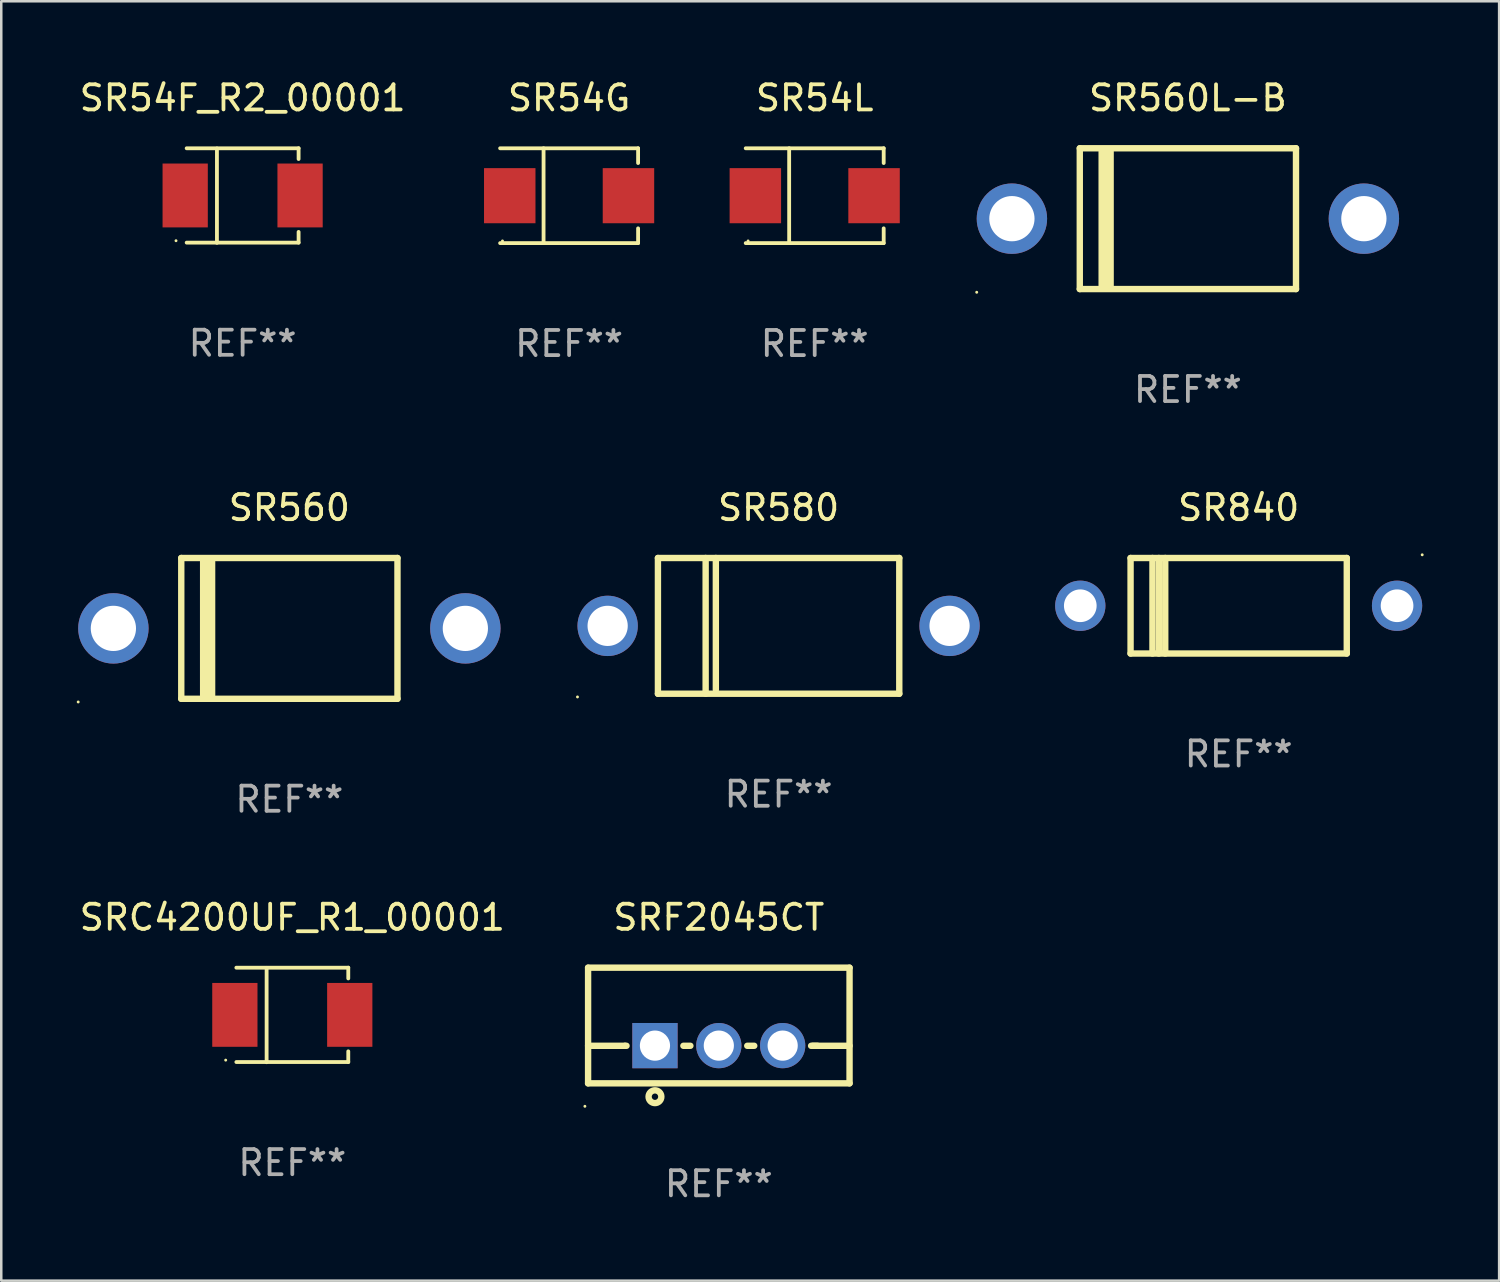
<source format=kicad_pcb>
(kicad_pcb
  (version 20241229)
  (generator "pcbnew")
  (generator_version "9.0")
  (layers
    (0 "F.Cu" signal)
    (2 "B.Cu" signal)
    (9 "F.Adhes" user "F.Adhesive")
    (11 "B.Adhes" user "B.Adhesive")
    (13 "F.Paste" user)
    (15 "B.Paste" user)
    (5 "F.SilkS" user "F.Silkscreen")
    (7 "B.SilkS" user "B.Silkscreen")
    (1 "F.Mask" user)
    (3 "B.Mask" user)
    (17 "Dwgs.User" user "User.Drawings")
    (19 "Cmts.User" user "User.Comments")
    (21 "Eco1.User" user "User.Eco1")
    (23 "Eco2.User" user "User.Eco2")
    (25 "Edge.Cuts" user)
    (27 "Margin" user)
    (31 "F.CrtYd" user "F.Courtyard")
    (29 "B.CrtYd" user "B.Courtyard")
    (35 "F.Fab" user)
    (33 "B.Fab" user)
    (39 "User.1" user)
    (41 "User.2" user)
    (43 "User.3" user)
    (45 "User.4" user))
  (footprint "SR560L-B"
    (layer "F.Cu")
    (at 44.2 5.648)
    (property "Reference" "SR560L-B" (at 0 -4.8 0) (layer "F.SilkS") (effects (font (size 1 1) (thickness 0.15))))
    (attr through_hole)
    (fp_line (start -4.3 -2.8) (end -4.3 2.8) (stroke (width 0.254) (type solid)) (layer "F.SilkS"))
    (fp_line (start -4.3 -2.8) (end 4.3 -2.8) (stroke (width 0.254) (type solid)) (layer "F.SilkS"))
    (fp_line (start -4.3 2.8) (end 4.3 2.8) (stroke (width 0.254) (type solid)) (layer "F.SilkS"))
    (fp_line (start -3.442 2.667) (end -3.442 -2.667) (stroke (width 0.229) (type solid)) (layer "F.SilkS"))
    (fp_line (start -3.315 2.667) (end -3.315 -2.667) (stroke (width 0.229) (type solid)) (layer "F.SilkS"))
    (fp_line (start -3.188 2.667) (end -3.188 -2.667) (stroke (width 0.229) (type solid)) (layer "F.SilkS"))
    (fp_line (start -3.061 2.667) (end -3.061 -2.667) (stroke (width 0.229) (type solid)) (layer "F.SilkS"))
    (fp_line (start 4.3 -2.8) (end 4.3 2.8) (stroke (width 0.254) (type solid)) (layer "F.SilkS"))
    (fp_circle (center -8.4 2.927) (end -8.37 2.927) (stroke (width 0.06) (type solid)) (fill no) (layer "F.SilkS"))
    (fp_text user "REF**" (at 0 6.8 0) (layer "F.Fab") (effects (font (size 1 1) (thickness 0.15))))
    (pad "1" thru_hole circle (at -7 0) (size 2.8 2.8) (drill 1.8) (layers "*.Cu" "*.Mask"))
    (pad "2" thru_hole circle (at 7 0) (size 2.8 2.8) (drill 1.8) (layers "*.Cu" "*.Mask")))
  (footprint "SR840"
    (layer "F.Cu")
    (at 46.22 21.045)
    (property "Reference" "SR840" (at 0 -3.9 0) (layer "F.SilkS") (effects (font (size 1 1) (thickness 0.15))))
    (attr through_hole)
    (fp_line (start -4.3 -1.9) (end 4.3 -1.9) (stroke (width 0.254) (type solid)) (layer "F.SilkS"))
    (fp_line (start -4.3 1.9) (end -4.3 -1.9) (stroke (width 0.254) (type solid)) (layer "F.SilkS"))
    (fp_line (start -3.429 1.9) (end -3.429 -1.9) (stroke (width 0.254) (type solid)) (layer "F.SilkS"))
    (fp_line (start -3.175 1.9) (end -3.175 -1.9) (stroke (width 0.254) (type solid)) (layer "F.SilkS"))
    (fp_line (start -2.921 1.9) (end -2.921 -1.9) (stroke (width 0.254) (type solid)) (layer "F.SilkS"))
    (fp_line (start 4.3 -1.9) (end 4.3 1.9) (stroke (width 0.254) (type solid)) (layer "F.SilkS"))
    (fp_line (start 4.3 1.9) (end -4.3 1.9) (stroke (width 0.254) (type solid)) (layer "F.SilkS"))
    (fp_circle (center 7.3 -2.027) (end 7.33 -2.027) (stroke (width 0.06) (type solid)) (fill no) (layer "F.SilkS"))
    (fp_text user "REF**" (at 0 5.9 0) (layer "F.Fab") (effects (font (size 1 1) (thickness 0.15))))
    (pad "1" thru_hole circle (at 6.3 0) (size 2 2) (drill 1.3) (layers "*.Cu" "*.Mask"))
    (pad "2" thru_hole circle (at -6.3 0) (size 2 2) (drill 1.3) (layers "*.Cu" "*.Mask")))
  (footprint "SR560"
    (layer "F.Cu")
    (at 8.46 21.945)
    (property "Reference" "SR560" (at 0 -4.8 0) (layer "F.SilkS") (effects (font (size 1 1) (thickness 0.15))))
    (attr through_hole)
    (fp_line (start -4.3 -2.8) (end -4.3 2.8) (stroke (width 0.254) (type solid)) (layer "F.SilkS"))
    (fp_line (start -4.3 -2.8) (end 4.3 -2.8) (stroke (width 0.254) (type solid)) (layer "F.SilkS"))
    (fp_line (start -4.3 2.8) (end 4.3 2.8) (stroke (width 0.254) (type solid)) (layer "F.SilkS"))
    (fp_line (start -3.442 2.667) (end -3.442 -2.667) (stroke (width 0.229) (type solid)) (layer "F.SilkS"))
    (fp_line (start -3.315 2.667) (end -3.315 -2.667) (stroke (width 0.229) (type solid)) (layer "F.SilkS"))
    (fp_line (start -3.188 2.667) (end -3.188 -2.667) (stroke (width 0.229) (type solid)) (layer "F.SilkS"))
    (fp_line (start -3.061 2.667) (end -3.061 -2.667) (stroke (width 0.229) (type solid)) (layer "F.SilkS"))
    (fp_line (start 4.3 -2.8) (end 4.3 2.8) (stroke (width 0.254) (type solid)) (layer "F.SilkS"))
    (fp_circle (center -8.4 2.927) (end -8.37 2.927) (stroke (width 0.06) (type solid)) (fill no) (layer "F.SilkS"))
    (fp_text user "REF**" (at 0 6.8 0) (layer "F.Fab") (effects (font (size 1 1) (thickness 0.15))))
    (pad "1" thru_hole circle (at -7 0) (size 2.8 2.8) (drill 1.8) (layers "*.Cu" "*.Mask"))
    (pad "2" thru_hole circle (at 7 0) (size 2.8 2.8) (drill 1.8) (layers "*.Cu" "*.Mask")))
  (footprint "SRF2045CT"
    (layer "F.Cu")
    (at 25.542 37.741)
    (property "Reference" "SRF2045CT" (at 0 -4.3 0) (layer "F.SilkS") (effects (font (size 1 1) (thickness 0.15))))
    (attr through_hole)
    (fp_line (start -5.2 -2.3) (end -5.2 2.3) (stroke (width 0.254) (type solid)) (layer "F.SilkS"))
    (fp_line (start -5.2 -2.3) (end 5.2 -2.3) (stroke (width 0.254) (type solid)) (layer "F.SilkS"))
    (fp_line (start -5.2 0.807) (end -3.731 0.807) (stroke (width 0.254) (type solid)) (layer "F.SilkS"))
    (fp_line (start -5.2 2.3) (end 5.2 2.3) (stroke (width 0.254) (type solid)) (layer "F.SilkS"))
    (fp_line (start -3.731 0.807) (end -3.671 0.807) (stroke (width 0.254) (type solid)) (layer "F.SilkS"))
    (fp_line (start -1.409 0.807) (end -1.131 0.807) (stroke (width 0.254) (type solid)) (layer "F.SilkS"))
    (fp_line (start 1.131 0.807) (end 1.409 0.807) (stroke (width 0.254) (type solid)) (layer "F.SilkS"))
    (fp_line (start 3.671 0.807) (end 3.926 0.807) (stroke (width 0.254) (type solid)) (layer "F.SilkS"))
    (fp_line (start 3.731 0.807) (end 5.2 0.807) (stroke (width 0.254) (type solid)) (layer "F.SilkS"))
    (fp_line (start 5.2 -2.3) (end 5.2 2.3) (stroke (width 0.254) (type solid)) (layer "F.SilkS"))
    (fp_circle (center -5.327 3.213) (end -5.297 3.213) (stroke (width 0.06) (type solid)) (fill no) (layer "F.SilkS"))
    (fp_circle (center -2.54 2.832) (end -2.286 2.832) (stroke (width 0.254) (type solid)) (fill no) (layer "F.SilkS"))
    (fp_text user "REF**" (at 0 6.3 0) (layer "F.Fab") (effects (font (size 1 1) (thickness 0.15))))
    (pad "1" thru_hole rect (at -2.54 0.8) (size 1.8 1.8) (drill 1.2) (layers "*.Cu" "*.Mask"))
    (pad "2" thru_hole circle (at 0 0.8) (size 1.8 1.8) (drill 1.2) (layers "*.Cu" "*.Mask"))
    (pad "3" thru_hole circle (at 2.54 0.8) (size 1.8 1.8) (drill 1.2) (layers "*.Cu" "*.Mask")))
  (footprint "SR580"
    (layer "F.Cu")
    (at 27.92 21.845)
    (property "Reference" "SR580" (at 0 -4.7 0) (layer "F.SilkS") (effects (font (size 1 1) (thickness 0.15))))
    (attr through_hole)
    (fp_line (start -4.8 -2.7) (end -4.8 2.7) (stroke (width 0.254) (type solid)) (layer "F.SilkS"))
    (fp_line (start -4.8 -2.7) (end 4.8 -2.7) (stroke (width 0.254) (type solid)) (layer "F.SilkS"))
    (fp_line (start -2.902 -2.7) (end -2.902 2.7) (stroke (width 0.254) (type solid)) (layer "F.SilkS"))
    (fp_line (start -2.496 -2.7) (end -2.496 2.54) (stroke (width 0.254) (type solid)) (layer "F.SilkS"))
    (fp_line (start 4.8 -2.7) (end 4.8 2.7) (stroke (width 0.254) (type solid)) (layer "F.SilkS"))
    (fp_line (start 4.8 2.7) (end -4.8 2.7) (stroke (width 0.254) (type solid)) (layer "F.SilkS"))
    (fp_circle (center -8 2.827) (end -7.97 2.827) (stroke (width 0.06) (type solid)) (fill no) (layer "F.SilkS"))
    (fp_text user "REF**" (at 0 6.7 0) (layer "F.Fab") (effects (font (size 1 1) (thickness 0.15))))
    (pad "1" thru_hole circle (at -6.8 0) (size 2.4 2.4) (drill 1.6) (layers "*.Cu" "*.Mask"))
    (pad "2" thru_hole circle (at 6.8 0) (size 2.4 2.4) (drill 1.6) (layers "*.Cu" "*.Mask")))
  (footprint "SRC4200UF_R1_00001"
    (layer "F.Cu")
    (at 8.577 37.321)
    (property "Reference" "SRC4200UF_R1_00001" (at 0 -3.88 0) (layer "F.SilkS") (effects (font (size 1 1) (thickness 0.15))))
    (attr through_hole)
    (fp_line (start -2.226 -1.88) (end 2.226 -1.88) (stroke (width 0.152) (type solid)) (layer "F.SilkS"))
    (fp_line (start -2.226 1.873) (end 2.226 1.873) (stroke (width 0.152) (type solid)) (layer "F.SilkS"))
    (fp_line (start -1.022 -1.873) (end -1.022 1.88) (stroke (width 0.152) (type solid)) (layer "F.SilkS"))
    (fp_line (start 2.226 -1.88) (end 2.226 -1.453) (stroke (width 0.152) (type solid)) (layer "F.SilkS"))
    (fp_line (start 2.226 1.447) (end 2.226 1.873) (stroke (width 0.152) (type solid)) (layer "F.SilkS"))
    (fp_circle (center -2.65 1.797) (end -2.62 1.797) (stroke (width 0.06) (type solid)) (fill no) (layer "F.SilkS"))
    (fp_text user "REF**" (at 0 5.88 0) (layer "F.Fab") (effects (font (size 1 1) (thickness 0.15))))
    (pad "1" smd rect (at -2.285 -0.003) (size 1.8 2.54) (layers "F.Cu" "F.Mask" "F.Paste"))
    (pad "2" smd rect (at 2.285 -0.003) (size 1.8 2.54) (layers "F.Cu" "F.Mask" "F.Paste")))
  (footprint "SR54G"
    (layer "F.Cu")
    (at 19.587 4.734)
    (property "Reference" "SR54G" (at 0 -3.886 0) (layer "F.SilkS") (effects (font (size 1 1) (thickness 0.15))))
    (attr through_hole)
    (fp_line (start -2.744 -1.886) (end 2.744 -1.886) (stroke (width 0.152) (type solid)) (layer "F.SilkS"))
    (fp_line (start -2.744 1.886) (end 2.744 1.886) (stroke (width 0.152) (type solid)) (layer "F.SilkS"))
    (fp_line (start -1.016 -1.886) (end -1.016 1.886) (stroke (width 0.152) (type solid)) (layer "F.SilkS"))
    (fp_line (start 2.744 -1.886) (end 2.744 -1.299) (stroke (width 0.152) (type solid)) (layer "F.SilkS"))
    (fp_line (start 2.744 1.886) (end 2.744 1.299) (stroke (width 0.152) (type solid)) (layer "F.SilkS"))
    (fp_circle (center -2.65 1.8) (end -2.62 1.8) (stroke (width 0.06) (type solid)) (fill no) (layer "F.SilkS"))
    (fp_text user "REF**" (at 0 5.886 0) (layer "F.Fab") (effects (font (size 1 1) (thickness 0.15))))
    (pad "1" smd rect (at -2.361 0) (size 2.047 2.192) (layers "F.Cu" "F.Mask" "F.Paste"))
    (pad "2" smd rect (at 2.361 0) (size 2.047 2.192) (layers "F.Cu" "F.Mask" "F.Paste")))
  (footprint "SR54L"
    (layer "F.Cu")
    (at 29.356 4.734)
    (property "Reference" "SR54L" (at 0 -3.886 0) (layer "F.SilkS") (effects (font (size 1 1) (thickness 0.15))))
    (attr through_hole)
    (fp_line (start -2.744 -1.886) (end 2.744 -1.886) (stroke (width 0.152) (type solid)) (layer "F.SilkS"))
    (fp_line (start -2.744 1.886) (end 2.744 1.886) (stroke (width 0.152) (type solid)) (layer "F.SilkS"))
    (fp_line (start -1.016 -1.886) (end -1.016 1.886) (stroke (width 0.152) (type solid)) (layer "F.SilkS"))
    (fp_line (start 2.744 -1.886) (end 2.744 -1.299) (stroke (width 0.152) (type solid)) (layer "F.SilkS"))
    (fp_line (start 2.744 1.886) (end 2.744 1.299) (stroke (width 0.152) (type solid)) (layer "F.SilkS"))
    (fp_circle (center -2.65 1.8) (end -2.62 1.8) (stroke (width 0.06) (type solid)) (fill no) (layer "F.SilkS"))
    (fp_text user "REF**" (at 0 5.886 0) (layer "F.Fab") (effects (font (size 1 1) (thickness 0.15))))
    (pad "1" smd rect (at -2.361 0) (size 2.047 2.192) (layers "F.Cu" "F.Mask" "F.Paste"))
    (pad "2" smd rect (at 2.361 0) (size 2.047 2.192) (layers "F.Cu" "F.Mask" "F.Paste")))
  (footprint "SR54F_R2_00001"
    (layer "F.Cu")
    (at 6.601 4.728)
    (property "Reference" "SR54F_R2_00001" (at 0 -3.88 0) (layer "F.SilkS") (effects (font (size 1 1) (thickness 0.15))))
    (attr through_hole)
    (fp_line (start -2.226 -1.88) (end 2.226 -1.88) (stroke (width 0.152) (type solid)) (layer "F.SilkS"))
    (fp_line (start -2.226 1.873) (end 2.226 1.873) (stroke (width 0.152) (type solid)) (layer "F.SilkS"))
    (fp_line (start -1.022 -1.873) (end -1.022 1.88) (stroke (width 0.152) (type solid)) (layer "F.SilkS"))
    (fp_line (start 2.226 -1.88) (end 2.226 -1.453) (stroke (width 0.152) (type solid)) (layer "F.SilkS"))
    (fp_line (start 2.226 1.447) (end 2.226 1.873) (stroke (width 0.152) (type solid)) (layer "F.SilkS"))
    (fp_circle (center -2.65 1.797) (end -2.62 1.797) (stroke (width 0.06) (type solid)) (fill no) (layer "F.SilkS"))
    (fp_text user "REF**" (at 0 5.88 0) (layer "F.Fab") (effects (font (size 1 1) (thickness 0.15))))
    (pad "1" smd rect (at -2.285 -0.003) (size 1.8 2.54) (layers "F.Cu" "F.Mask" "F.Paste"))
    (pad "2" smd rect (at 2.285 -0.003) (size 1.8 2.54) (layers "F.Cu" "F.Mask" "F.Paste")))
  (gr_rect
    (start -3 -3)
    (end 56.58 47.89)
    (stroke (width 0.1) (type default))
    (fill no)
    (layer "Edge.Cuts")))
</source>
